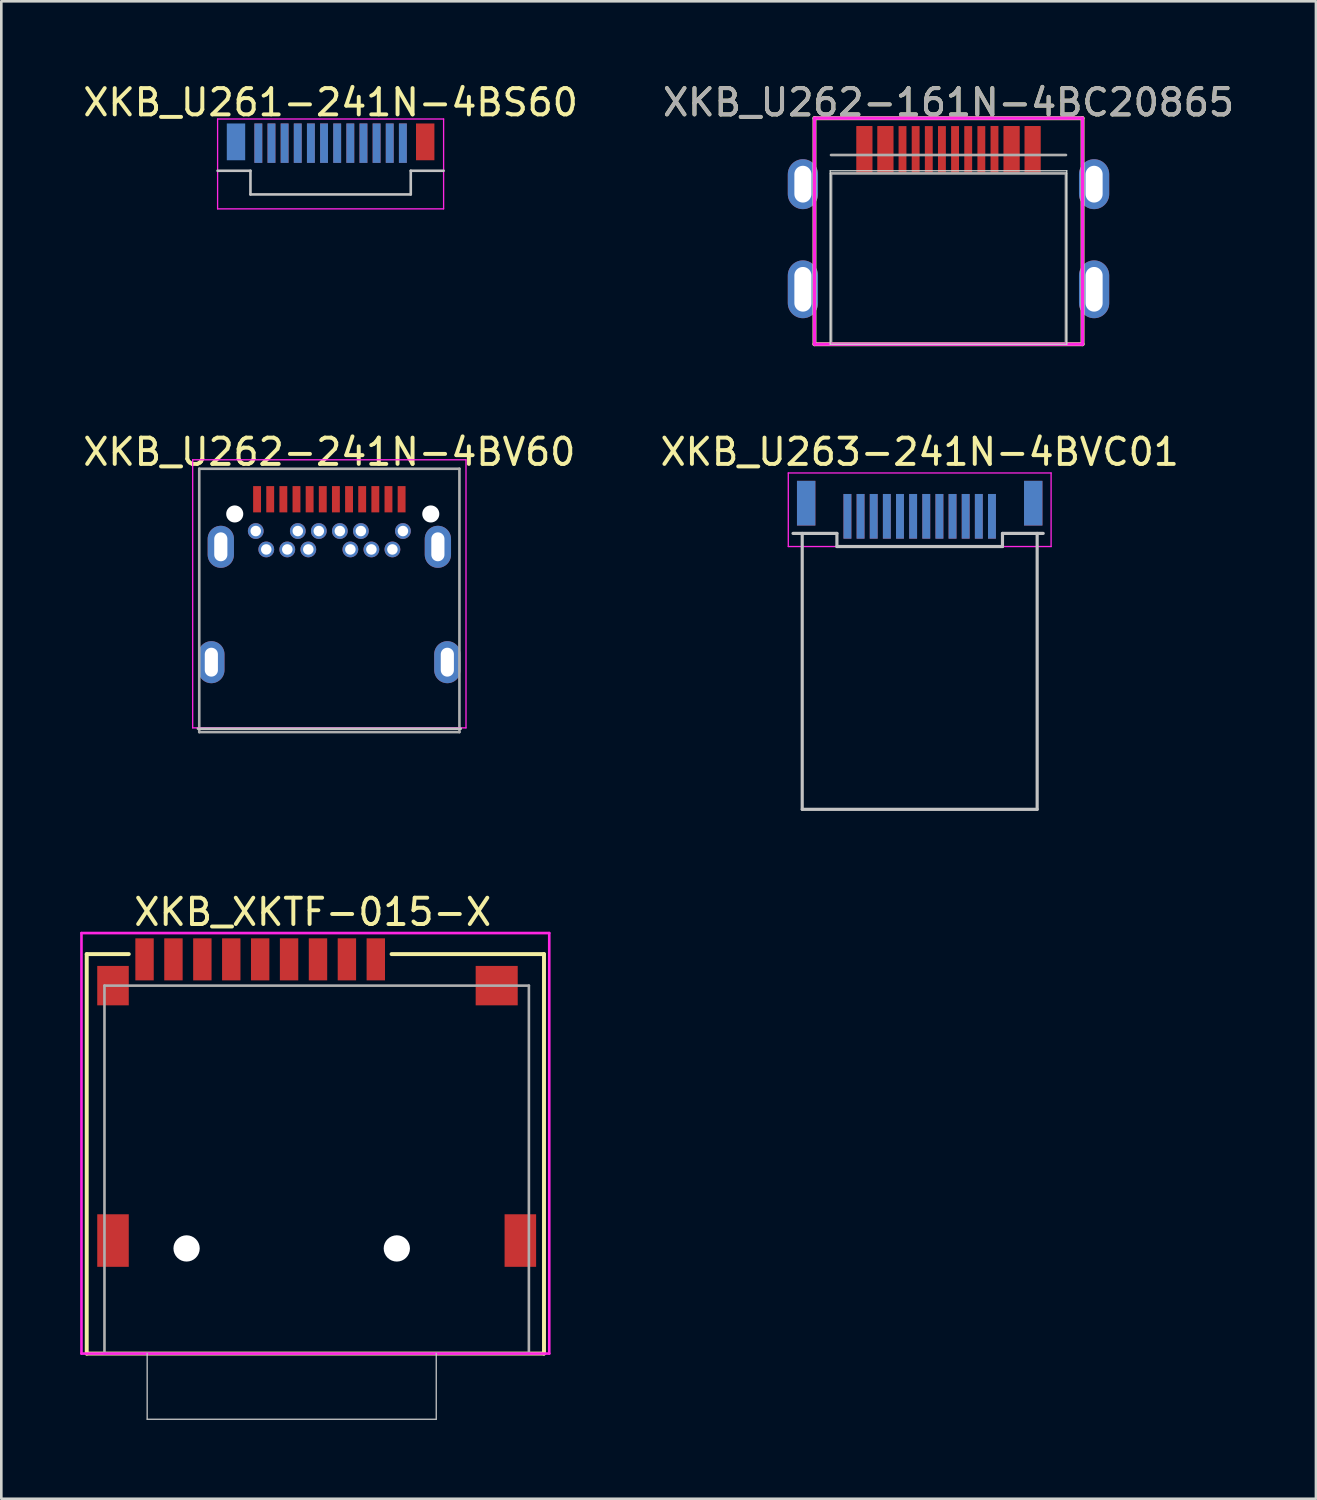
<source format=kicad_pcb>
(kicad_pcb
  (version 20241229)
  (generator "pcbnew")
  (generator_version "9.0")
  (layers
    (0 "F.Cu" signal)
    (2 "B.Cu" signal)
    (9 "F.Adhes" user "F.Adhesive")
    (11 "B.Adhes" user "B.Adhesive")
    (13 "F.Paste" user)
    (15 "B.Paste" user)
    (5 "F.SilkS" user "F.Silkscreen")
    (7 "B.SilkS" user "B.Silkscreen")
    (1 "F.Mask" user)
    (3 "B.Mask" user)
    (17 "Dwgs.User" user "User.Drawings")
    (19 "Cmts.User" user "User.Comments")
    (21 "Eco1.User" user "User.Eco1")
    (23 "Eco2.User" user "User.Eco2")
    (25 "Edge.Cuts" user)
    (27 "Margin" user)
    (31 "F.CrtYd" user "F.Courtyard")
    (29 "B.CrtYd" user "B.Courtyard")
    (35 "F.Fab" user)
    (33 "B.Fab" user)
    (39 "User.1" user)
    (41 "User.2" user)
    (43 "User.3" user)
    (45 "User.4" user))
  (footprint "XKB_U262-241N-4BV60"
    (layer "F.Cu")
    (at 9.482 19.047)
    (property "Reference" "XKB_U262-241N-4BV60" (at 0 -4.9 0) (unlocked yes) (layer "F.SilkS") (effects (font (size 1 1) (thickness 0.15))))
    (attr smd)
    (fp_line (start -5 5.63) (end 5 5.63) (stroke (width 0.1) (type solid)) (layer "Dwgs.User"))
    (fp_line (start -5.2 -4.6) (end 5.2 -4.6) (stroke (width 0.05) (type solid)) (layer "F.CrtYd"))
    (fp_line (start -5.2 5.6) (end -5.2 -4.6) (stroke (width 0.05) (type solid)) (layer "F.CrtYd"))
    (fp_line (start 5.2 -4.6) (end 5.2 5.6) (stroke (width 0.05) (type solid)) (layer "F.CrtYd"))
    (fp_line (start 5.2 5.6) (end -5.2 5.6) (stroke (width 0.05) (type solid)) (layer "F.CrtYd"))
    (fp_line (start -4.95 -4.26) (end -4.95 5.76) (stroke (width 0.1) (type solid)) (layer "F.Fab"))
    (fp_line (start -4.95 -4.26) (end 4.95 -4.26) (stroke (width 0.1) (type solid)) (layer "F.Fab"))
    (fp_line (start -4.95 5.76) (end 4.95 5.76) (stroke (width 0.1) (type solid)) (layer "F.Fab"))
    (fp_line (start 4.95 -4.26) (end 4.95 5.76) (stroke (width 0.1) (type solid)) (layer "F.Fab"))
    (pad "" np_thru_hole circle (at -3.6 -2.54) (size 0.65 0.65) (drill 0.65) (layers "*.Cu" "*.Mask"))
    (pad "" np_thru_hole circle (at 3.86 -2.54) (size 0.65 0.65) (drill oval 0.95 0.65) (layers "*.Cu" "*.Mask"))
    (pad "A1" smd rect (at -2.75 -3.1) (size 0.3 1) (layers "F.Cu" "F.Mask" "F.Paste"))
    (pad "A2" smd rect (at -2.25 -3.1) (size 0.3 1) (layers "F.Cu" "F.Mask" "F.Paste"))
    (pad "A3" smd rect (at -1.75 -3.1) (size 0.3 1) (layers "F.Cu" "F.Mask" "F.Paste"))
    (pad "A4" smd rect (at -1.25 -3.1) (size 0.3 1) (layers "F.Cu" "F.Mask" "F.Paste"))
    (pad "A5" smd rect (at -0.75 -3.1) (size 0.3 1) (layers "F.Cu" "F.Mask" "F.Paste"))
    (pad "A6" smd rect (at -0.25 -3.1) (size 0.3 1) (layers "F.Cu" "F.Mask" "F.Paste"))
    (pad "A7" smd rect (at 0.25 -3.1) (size 0.3 1) (layers "F.Cu" "F.Mask" "F.Paste"))
    (pad "A8" smd rect (at 0.75 -3.1) (size 0.3 1) (layers "F.Cu" "F.Mask" "F.Paste"))
    (pad "A9" smd rect (at 1.25 -3.1) (size 0.3 1) (layers "F.Cu" "F.Mask" "F.Paste"))
    (pad "A10" smd rect (at 1.75 -3.1) (size 0.3 1) (layers "F.Cu" "F.Mask" "F.Paste"))
    (pad "A11" smd rect (at 2.25 -3.1) (size 0.3 1) (layers "F.Cu" "F.Mask" "F.Paste"))
    (pad "A12" smd rect (at 2.75 -3.1) (size 0.3 1) (layers "F.Cu" "F.Mask" "F.Paste"))
    (pad "B1" thru_hole circle (at 2.8 -1.89) (size 0.6 0.6) (drill 0.4) (layers "*.Cu" "*.Mask"))
    (pad "B2" thru_hole circle (at 2.4 -1.19) (size 0.6 0.6) (drill 0.4) (layers "*.Cu" "*.Mask"))
    (pad "B3" thru_hole circle (at 1.6 -1.19) (size 0.6 0.6) (drill 0.4) (layers "*.Cu" "*.Mask"))
    (pad "B4" thru_hole circle (at 1.2 -1.89) (size 0.6 0.6) (drill 0.4) (layers "*.Cu" "*.Mask"))
    (pad "B5" thru_hole circle (at 0.8 -1.19) (size 0.6 0.6) (drill 0.4) (layers "*.Cu" "*.Mask"))
    (pad "B6" thru_hole circle (at 0.4 -1.89) (size 0.6 0.6) (drill 0.4) (layers "*.Cu" "*.Mask"))
    (pad "B7" thru_hole circle (at -0.4 -1.89) (size 0.6 0.6) (drill 0.4) (layers "*.Cu" "*.Mask"))
    (pad "B8" thru_hole circle (at -0.8 -1.19) (size 0.6 0.6) (drill 0.4) (layers "*.Cu" "*.Mask"))
    (pad "B9" thru_hole circle (at -1.2 -1.89) (size 0.6 0.6) (drill 0.4) (layers "*.Cu" "*.Mask"))
    (pad "B10" thru_hole circle (at -1.6 -1.19) (size 0.6 0.6) (drill 0.4) (layers "*.Cu" "*.Mask"))
    (pad "B11" thru_hole circle (at -2.4 -1.19) (size 0.6 0.6) (drill 0.4) (layers "*.Cu" "*.Mask"))
    (pad "B12" thru_hole circle (at -2.8 -1.89) (size 0.6 0.6) (drill 0.4) (layers "*.Cu" "*.Mask"))
    (pad "S1" thru_hole oval (at -4.13 -1.29) (size 1 1.6) (drill oval 0.5 1.1) (layers "*.Cu" "*.Mask"))
    (pad "S2" thru_hole oval (at -4.49 3.1) (size 1 1.6) (drill oval 0.5 1.1) (layers "*.Cu" "*.Mask"))
    (pad "S3" thru_hole oval (at 4.49 3.1) (size 1 1.6) (drill oval 0.5 1.1) (layers "*.Cu" "*.Mask"))
    (pad "S4" thru_hole oval (at 4.13 -1.29) (size 1 1.6) (drill oval 0.5 1.1) (layers "*.Cu" "*.Mask")))
  (footprint "XKB_U263-241N-4BVC01"
    (layer "F.Cu")
    (at 31.946 17.747)
    (property "Reference" "XKB_U263-241N-4BVC01" (at 0 -3.6 0) (unlocked yes) (layer "F.SilkS") (effects (font (size 1 1) (thickness 0.15))))
    (attr smd)
    (fp_line (start -4.47 10) (end -4.47 -0.5) (stroke (width 0.12) (type solid)) (layer "Dwgs.User"))
    (fp_line (start -4.47 10) (end 4.47 10) (stroke (width 0.12) (type solid)) (layer "Dwgs.User"))
    (fp_line (start -3.15 -0.5) (end -4.82 -0.5) (stroke (width 0.12) (type solid)) (layer "Dwgs.User"))
    (fp_line (start -3.15 0) (end -3.15 -0.5) (stroke (width 0.12) (type solid)) (layer "Dwgs.User"))
    (fp_line (start 3.15 -0.5) (end 4.7 -0.5) (stroke (width 0.12) (type solid)) (layer "Dwgs.User"))
    (fp_line (start 3.15 0) (end -3.15 0) (stroke (width 0.12) (type solid)) (layer "Dwgs.User"))
    (fp_line (start 3.15 0) (end 3.15 -0.5) (stroke (width 0.12) (type solid)) (layer "Dwgs.User"))
    (fp_line (start 4.47 10) (end 4.47 -0.5) (stroke (width 0.12) (type solid)) (layer "Dwgs.User"))
    (fp_line (start -5 -2.8) (end -5 0) (stroke (width 0.05) (type solid)) (layer "F.CrtYd"))
    (fp_line (start -5 0) (end 5 0) (stroke (width 0.05) (type solid)) (layer "F.CrtYd"))
    (fp_line (start 5 -2.8) (end -5 -2.8) (stroke (width 0.05) (type solid)) (layer "F.CrtYd"))
    (fp_line (start 5 0) (end 5 -2.8) (stroke (width 0.05) (type solid)) (layer "F.CrtYd"))
    (pad "A1" smd rect (at -2.75 -1.15 180) (size 0.3 1.7) (layers "F.Cu" "F.Mask" "F.Paste"))
    (pad "A2" smd rect (at -2.25 -1.15 180) (size 0.3 1.7) (layers "F.Cu" "F.Mask" "F.Paste"))
    (pad "A3" smd rect (at -1.75 -1.15 180) (size 0.3 1.7) (layers "F.Cu" "F.Mask" "F.Paste"))
    (pad "A4" smd rect (at -1.25 -1.15 180) (size 0.3 1.7) (layers "F.Cu" "F.Mask" "F.Paste"))
    (pad "A5" smd rect (at -0.75 -1.15 180) (size 0.3 1.7) (layers "F.Cu" "F.Mask" "F.Paste"))
    (pad "A6" smd rect (at -0.25 -1.15 180) (size 0.3 1.7) (layers "F.Cu" "F.Mask" "F.Paste"))
    (pad "A7" smd rect (at 0.25 -1.15 180) (size 0.3 1.7) (layers "F.Cu" "F.Mask" "F.Paste"))
    (pad "A8" smd rect (at 0.75 -1.15 180) (size 0.3 1.7) (layers "F.Cu" "F.Mask" "F.Paste"))
    (pad "A9" smd rect (at 1.25 -1.15 180) (size 0.3 1.7) (layers "F.Cu" "F.Mask" "F.Paste"))
    (pad "A10" smd rect (at 1.75 -1.15 180) (size 0.3 1.7) (layers "F.Cu" "F.Mask" "F.Paste"))
    (pad "A11" smd rect (at 2.25 -1.15 180) (size 0.3 1.7) (layers "F.Cu" "F.Mask" "F.Paste"))
    (pad "A12" smd rect (at 2.75 -1.15 180) (size 0.3 1.7) (layers "F.Cu" "F.Mask" "F.Paste"))
    (pad "B1" smd rect (at 2.75 -1.15 180) (size 0.3 1.7) (layers "B.Cu" "B.Mask" "B.Paste"))
    (pad "B2" smd rect (at 2.25 -1.15 180) (size 0.3 1.7) (layers "B.Cu" "B.Mask" "B.Paste"))
    (pad "B3" smd rect (at 1.75 -1.15 180) (size 0.3 1.7) (layers "B.Cu" "B.Mask" "B.Paste"))
    (pad "B4" smd rect (at 1.25 -1.15 180) (size 0.3 1.7) (layers "B.Cu" "B.Mask" "B.Paste"))
    (pad "B5" smd rect (at 0.75 -1.15 180) (size 0.3 1.7) (layers "B.Cu" "B.Mask" "B.Paste"))
    (pad "B6" smd rect (at 0.25 -1.15 180) (size 0.3 1.7) (layers "B.Cu" "B.Mask" "B.Paste"))
    (pad "B7" smd rect (at -0.25 -1.15 180) (size 0.3 1.7) (layers "B.Cu" "B.Mask" "B.Paste"))
    (pad "B8" smd rect (at -0.75 -1.15 180) (size 0.3 1.7) (layers "B.Cu" "B.Mask" "B.Paste"))
    (pad "B9" smd rect (at -1.25 -1.15 180) (size 0.3 1.7) (layers "B.Cu" "B.Mask" "B.Paste"))
    (pad "B10" smd rect (at -1.75 -1.15 180) (size 0.3 1.7) (layers "B.Cu" "B.Mask" "B.Paste"))
    (pad "B11" smd rect (at -2.25 -1.15 180) (size 0.3 1.7) (layers "B.Cu" "B.Mask" "B.Paste"))
    (pad "B12" smd rect (at -2.75 -1.15 180) (size 0.3 1.7) (layers "B.Cu" "B.Mask" "B.Paste"))
    (pad "S1" smd rect (at -4.32 -1.65 180) (size 0.7 1.7) (layers "F.Cu" "F.Mask" "F.Paste"))
    (pad "S2" smd rect (at 4.32 -1.65 180) (size 0.7 1.7) (layers "F.Cu" "F.Mask" "F.Paste"))
    (pad "S3" smd rect (at 4.32 -1.65 180) (size 0.7 1.7) (layers "B.Cu" "B.Mask" "B.Paste"))
    (pad "S4" smd rect (at -4.32 -1.65 180) (size 0.7 1.7) (layers "B.Cu" "B.Mask" "B.Paste")))
  (footprint "XKB_U261-241N-4BS60"
    (layer "F.Cu")
    (at 9.53 3.448)
    (property "Reference" "XKB_U261-241N-4BS60" (at 0 -2.6 0) (unlocked yes) (layer "F.SilkS") (effects (font (size 1 1) (thickness 0.15))))
    (attr smd)
    (fp_line (start -3.05 0) (end -4.3 0) (stroke (width 0.1) (type solid)) (layer "Dwgs.User"))
    (fp_line (start -3.05 0.9) (end -3.05 0) (stroke (width 0.1) (type solid)) (layer "Dwgs.User"))
    (fp_line (start 3.05 0) (end 4.3 0) (stroke (width 0.1) (type solid)) (layer "Dwgs.User"))
    (fp_line (start 3.05 0.9) (end -3.05 0.9) (stroke (width 0.1) (type solid)) (layer "Dwgs.User"))
    (fp_line (start 3.05 0.9) (end 3.05 0) (stroke (width 0.1) (type solid)) (layer "Dwgs.User"))
    (fp_line (start -4.3 -1.97) (end -4.3 1.45) (stroke (width 0.05) (type solid)) (layer "F.CrtYd"))
    (fp_line (start -4.3 -1.97) (end 4.3 -1.97) (stroke (width 0.05) (type solid)) (layer "F.CrtYd"))
    (fp_line (start -4.3 1.45) (end 4.3 1.45) (stroke (width 0.05) (type solid)) (layer "F.CrtYd"))
    (fp_line (start 4.3 -1.97) (end 4.3 1.45) (stroke (width 0.05) (type solid)) (layer "F.CrtYd"))
    (pad "A1" smd rect (at 2.75 -1.05) (size 0.3 1.5) (layers "F.Cu" "F.Mask" "F.Paste"))
    (pad "A2" smd rect (at 2.25 -1.05) (size 0.3 1.5) (layers "F.Cu" "F.Mask" "F.Paste"))
    (pad "A3" smd rect (at 1.75 -1.05) (size 0.3 1.5) (layers "F.Cu" "F.Mask" "F.Paste"))
    (pad "A4" smd rect (at 1.25 -1.05) (size 0.3 1.5) (layers "F.Cu" "F.Mask" "F.Paste"))
    (pad "A5" smd rect (at 0.75 -1.05) (size 0.3 1.5) (layers "F.Cu" "F.Mask" "F.Paste"))
    (pad "A6" smd rect (at 0.25 -1.05) (size 0.3 1.5) (layers "F.Cu" "F.Mask" "F.Paste"))
    (pad "A7" smd rect (at -0.25 -1.05) (size 0.3 1.5) (layers "F.Cu" "F.Mask" "F.Paste"))
    (pad "A8" smd rect (at -0.75 -1.05) (size 0.3 1.5) (layers "F.Cu" "F.Mask" "F.Paste"))
    (pad "A9" smd rect (at -1.25 -1.05) (size 0.3 1.5) (layers "F.Cu" "F.Mask" "F.Paste"))
    (pad "A10" smd rect (at -1.75 -1.05) (size 0.3 1.5) (layers "F.Cu" "F.Mask" "F.Paste"))
    (pad "A11" smd rect (at -2.25 -1.05) (size 0.3 1.5) (layers "F.Cu" "F.Mask" "F.Paste"))
    (pad "A12" smd rect (at -2.75 -1.05) (size 0.3 1.5) (layers "F.Cu" "F.Mask" "F.Paste"))
    (pad "B1" smd rect (at -2.75 -1.05) (size 0.3 1.5) (layers "B.Cu" "B.Mask" "B.Paste"))
    (pad "B2" smd rect (at -2.25 -1.05) (size 0.3 1.5) (layers "B.Cu" "B.Mask" "B.Paste"))
    (pad "B3" smd rect (at -1.75 -1.05) (size 0.3 1.5) (layers "B.Cu" "B.Mask" "B.Paste"))
    (pad "B4" smd rect (at -1.25 -1.05) (size 0.3 1.5) (layers "B.Cu" "B.Mask" "B.Paste"))
    (pad "B5" smd rect (at -0.75 -1.05) (size 0.3 1.5) (layers "B.Cu" "B.Mask" "B.Paste"))
    (pad "B6" smd rect (at -0.25 -1.05) (size 0.3 1.5) (layers "B.Cu" "B.Mask" "B.Paste"))
    (pad "B7" smd rect (at 0.25 -1.05) (size 0.3 1.5) (layers "B.Cu" "B.Mask" "B.Paste"))
    (pad "B8" smd rect (at 0.75 -1.05) (size 0.3 1.5) (layers "B.Cu" "B.Mask" "B.Paste"))
    (pad "B9" smd rect (at 1.25 -1.05) (size 0.3 1.5) (layers "B.Cu" "B.Mask" "B.Paste"))
    (pad "B10" smd rect (at 1.75 -1.05) (size 0.3 1.5) (layers "B.Cu" "B.Mask" "B.Paste"))
    (pad "B11" smd rect (at 2.25 -1.05) (size 0.3 1.5) (layers "B.Cu" "B.Mask" "B.Paste"))
    (pad "B12" smd rect (at 2.75 -1.05) (size 0.3 1.5) (layers "B.Cu" "B.Mask" "B.Paste"))
    (pad "S1" smd rect (at 3.6 -1.1) (size 0.7 1.4) (layers "F.Cu" "F.Mask" "F.Paste"))
    (pad "S2" smd rect (at -3.6 -1.1) (size 0.7 1.4) (layers "B.Cu" "B.Mask" "B.Paste")))
  (footprint "XKB_U262-161N-4BC20865"
    (layer "F.Cu")
    (at 33.042 10.048)
    (property "Reference" "XKB_U262-161N-4BC20865" (at 0 -9.2 0) (layer "F.SilkS") (effects (font (size 1 1) (thickness 0.15))))
    (attr smd)
    (fp_line (start -5.1 -8.6) (end 5.1 -8.6) (stroke (width 0.15) (type solid)) (layer "F.SilkS"))
    (fp_line (start -5.1 0) (end -5.1 -8.6) (stroke (width 0.15) (type solid)) (layer "F.SilkS"))
    (fp_line (start -5.1 0) (end 5.1 0) (stroke (width 0.15) (type solid)) (layer "F.SilkS"))
    (fp_line (start 5.1 0) (end 5.1 -8.6) (stroke (width 0.15) (type solid)) (layer "F.SilkS"))
    (fp_line (start -4.5 -6.6) (end 4.5 -6.6) (stroke (width 0.05) (type default)) (layer "Edge.Cuts"))
    (fp_line (start -4.5 0) (end -4.5 -6.6) (stroke (width 0.05) (type default)) (layer "Edge.Cuts"))
    (fp_line (start 4.5 -6.6) (end 4.5 0) (stroke (width 0.05) (type default)) (layer "Edge.Cuts"))
    (fp_line (start 4.5 0) (end -4.5 0) (stroke (width 0.05) (type default)) (layer "Edge.Cuts"))
    (fp_line (start -5.1 -8.6) (end 5.1 -8.6) (stroke (width 0.12) (type solid)) (layer "F.CrtYd"))
    (fp_line (start -5.1 0) (end -5.1 -8.6) (stroke (width 0.12) (type solid)) (layer "F.CrtYd"))
    (fp_line (start 5.1 -8.6) (end 5.1 0) (stroke (width 0.12) (type solid)) (layer "F.CrtYd"))
    (fp_line (start 5.1 0) (end -5.1 0) (stroke (width 0.12) (type solid)) (layer "F.CrtYd"))
    (fp_line (start -4.47 -6.5) (end -4.47 0) (stroke (width 0.1) (type solid)) (layer "F.Fab"))
    (fp_line (start -4.47 -6.5) (end 4.47 -6.5) (stroke (width 0.1) (type default)) (layer "F.Fab"))
    (fp_line (start -4.47 0) (end 4.47 0) (stroke (width 0.1) (type solid)) (layer "F.Fab"))
    (fp_line (start 4.47 -7.2) (end -4.47 -7.2) (stroke (width 0.1) (type solid)) (layer "F.Fab"))
    (fp_line (start 4.47 0) (end 4.47 -6.5) (stroke (width 0.1) (type solid)) (layer "F.Fab"))
    (fp_text user "${REFERENCE}" (at 0 -9.2 0) (layer "F.Fab") (effects (font (size 1 1) (thickness 0.15))))
    (pad "A1" smd rect (at -3.2 -7.4) (size 0.6 1.8) (layers "F.Cu" "F.Mask" "F.Paste"))
    (pad "A4" smd rect (at -2.4 -7.4) (size 0.6 1.8) (layers "F.Cu" "F.Mask" "F.Paste"))
    (pad "A5" smd rect (at -1.25 -7.4) (size 0.3 1.8) (layers "F.Cu" "F.Mask" "F.Paste"))
    (pad "A6" smd rect (at -0.25 -7.4) (size 0.3 1.8) (layers "F.Cu" "F.Mask" "F.Paste"))
    (pad "A7" smd rect (at 0.25 -7.4) (size 0.3 1.8) (layers "F.Cu" "F.Mask" "F.Paste"))
    (pad "A8" smd rect (at 1.25 -7.4) (size 0.3 1.8) (layers "F.Cu" "F.Mask" "F.Paste"))
    (pad "A9" smd rect (at 2.4 -7.4) (size 0.6 1.8) (layers "F.Cu" "F.Mask" "F.Paste"))
    (pad "A12" smd rect (at 3.2 -7.4) (size 0.6 1.8) (layers "F.Cu" "F.Mask" "F.Paste"))
    (pad "B1" smd rect (at 3.2 -7.4) (size 0.6 1.8) (layers "F.Cu" "F.Mask" "F.Paste"))
    (pad "B4" smd rect (at 2.4 -7.4) (size 0.6 1.8) (layers "F.Cu" "F.Mask" "F.Paste"))
    (pad "B5" smd rect (at 1.75 -7.405) (size 0.3 1.8) (layers "F.Cu" "F.Mask" "F.Paste"))
    (pad "B6" smd rect (at 0.75 -7.4) (size 0.3 1.8) (layers "F.Cu" "F.Mask" "F.Paste"))
    (pad "B7" smd rect (at -0.75 -7.4) (size 0.3 1.8) (layers "F.Cu" "F.Mask" "F.Paste"))
    (pad "B8" smd rect (at -1.75 -7.4) (size 0.3 1.8) (layers "F.Cu" "F.Mask" "F.Paste"))
    (pad "B9" smd rect (at -2.4 -7.4) (size 0.6 1.8) (layers "F.Cu" "F.Mask" "F.Paste"))
    (pad "B12" smd rect (at -3.2 -7.4) (size 0.6 1.8) (layers "F.Cu" "F.Mask" "F.Paste"))
    (pad "S1" thru_hole oval (at -5.54 -6.09) (size 1.15 1.9) (drill oval 0.65 1.4) (layers "*.Cu" "*.Mask"))
    (pad "S1" thru_hole oval (at -5.54 -2.09) (size 1.15 2.2) (drill oval 0.65 1.7) (layers "*.Cu" "*.Mask"))
    (pad "S1" thru_hole oval (at 5.54 -6.09) (size 1.15 1.9) (drill oval 0.65 1.4) (layers "*.Cu" "*.Mask"))
    (pad "S1" thru_hole oval (at 5.54 -2.09) (size 1.15 2.2) (drill oval 0.65 1.7) (layers "*.Cu" "*.Mask")))
  (footprint "XKB_XKTF-015-X"
    (layer "F.Cu")
    (at 4.05 44.455)
    (property "Reference" "XKB_XKTF-015-X" (at 4.8 -12.8 0) (layer "F.SilkS") (effects (font (size 1 1) (thickness 0.15))))
    (attr smd)
    (fp_line (start -3.8 -11.2) (end -3.8 4) (stroke (width 0.15) (type solid)) (layer "F.SilkS"))
    (fp_line (start -3.8 4) (end 13.6 4) (stroke (width 0.15) (type solid)) (layer "F.SilkS"))
    (fp_line (start -2.2 -11.2) (end -3.8 -11.2) (stroke (width 0.15) (type solid)) (layer "F.SilkS"))
    (fp_line (start 13.6 -11.2) (end 7.8 -11.2) (stroke (width 0.15) (type solid)) (layer "F.SilkS"))
    (fp_line (start 13.6 4) (end 13.6 -11.2) (stroke (width 0.15) (type solid)) (layer "F.SilkS"))
    (fp_line (start -1.5 4) (end -1.5 6.5) (stroke (width 0.05) (type solid)) (layer "Dwgs.User"))
    (fp_line (start -1.5 6.5) (end 9.5 6.5) (stroke (width 0.05) (type solid)) (layer "Dwgs.User"))
    (fp_line (start 9.5 4) (end 9.5 6.5) (stroke (width 0.05) (type solid)) (layer "Dwgs.User"))
    (fp_line (start -4 -12) (end -4 4) (stroke (width 0.1) (type solid)) (layer "F.CrtYd"))
    (fp_line (start -4 4) (end 13.8 4) (stroke (width 0.1) (type solid)) (layer "F.CrtYd"))
    (fp_line (start 13.8 -12) (end -4 -12) (stroke (width 0.1) (type solid)) (layer "F.CrtYd"))
    (fp_line (start 13.8 4) (end 13.8 -12) (stroke (width 0.1) (type solid)) (layer "F.CrtYd"))
    (fp_line (start -3.125 -10) (end -3.125 4) (stroke (width 0.1) (type solid)) (layer "F.Fab"))
    (fp_line (start -3.125 -10) (end 13.025 -10) (stroke (width 0.1) (type solid)) (layer "F.Fab"))
    (fp_line (start -3.125 4) (end 13.025 4) (stroke (width 0.1) (type solid)) (layer "F.Fab"))
    (fp_line (start 13.025 -10) (end 13.025 4) (stroke (width 0.1) (type solid)) (layer "F.Fab"))
    (pad "" np_thru_hole circle (at 0 0) (size 1 1) (drill 1) (layers "*.Cu" "*.Mask"))
    (pad "" np_thru_hole circle (at 8 0) (size 1 1) (drill 1) (layers "*.Cu" "*.Mask"))
    (pad "1" smd rect (at 7.2 -11) (size 0.7 1.6) (layers "F.Cu" "F.Mask" "F.Paste"))
    (pad "2" smd rect (at 6.1 -11) (size 0.7 1.6) (layers "F.Cu" "F.Mask" "F.Paste"))
    (pad "3" smd rect (at 5 -11) (size 0.7 1.6) (layers "F.Cu" "F.Mask" "F.Paste"))
    (pad "4" smd rect (at 3.9 -11) (size 0.7 1.6) (layers "F.Cu" "F.Mask" "F.Paste"))
    (pad "5" smd rect (at 2.8 -11) (size 0.7 1.6) (layers "F.Cu" "F.Mask" "F.Paste"))
    (pad "6" smd rect (at 1.7 -11) (size 0.7 1.6) (layers "F.Cu" "F.Mask" "F.Paste"))
    (pad "7" smd rect (at 0.6 -11) (size 0.7 1.6) (layers "F.Cu" "F.Mask" "F.Paste"))
    (pad "8" smd rect (at -0.5 -11) (size 0.7 1.6) (layers "F.Cu" "F.Mask" "F.Paste"))
    (pad "9" smd rect (at -1.6 -11) (size 0.7 1.6) (layers "F.Cu" "F.Mask" "F.Paste"))
    (pad "S" smd rect (at -2.8 -10) (size 1.2 1.5) (layers "F.Cu" "F.Mask" "F.Paste"))
    (pad "S" smd rect (at -2.8 -0.3) (size 1.2 2) (layers "F.Cu" "F.Mask" "F.Paste"))
    (pad "S" smd rect (at 11.8 -10) (size 1.6 1.5) (layers "F.Cu" "F.Mask" "F.Paste"))
    (pad "S" smd rect (at 12.7 -0.3) (size 1.2 2) (layers "F.Cu" "F.Mask" "F.Paste")))
  (gr_rect
    (start -3 -3)
    (end 47.024 53.98)
    (stroke (width 0.1) (type default))
    (fill no)
    (layer "Edge.Cuts")))
</source>
